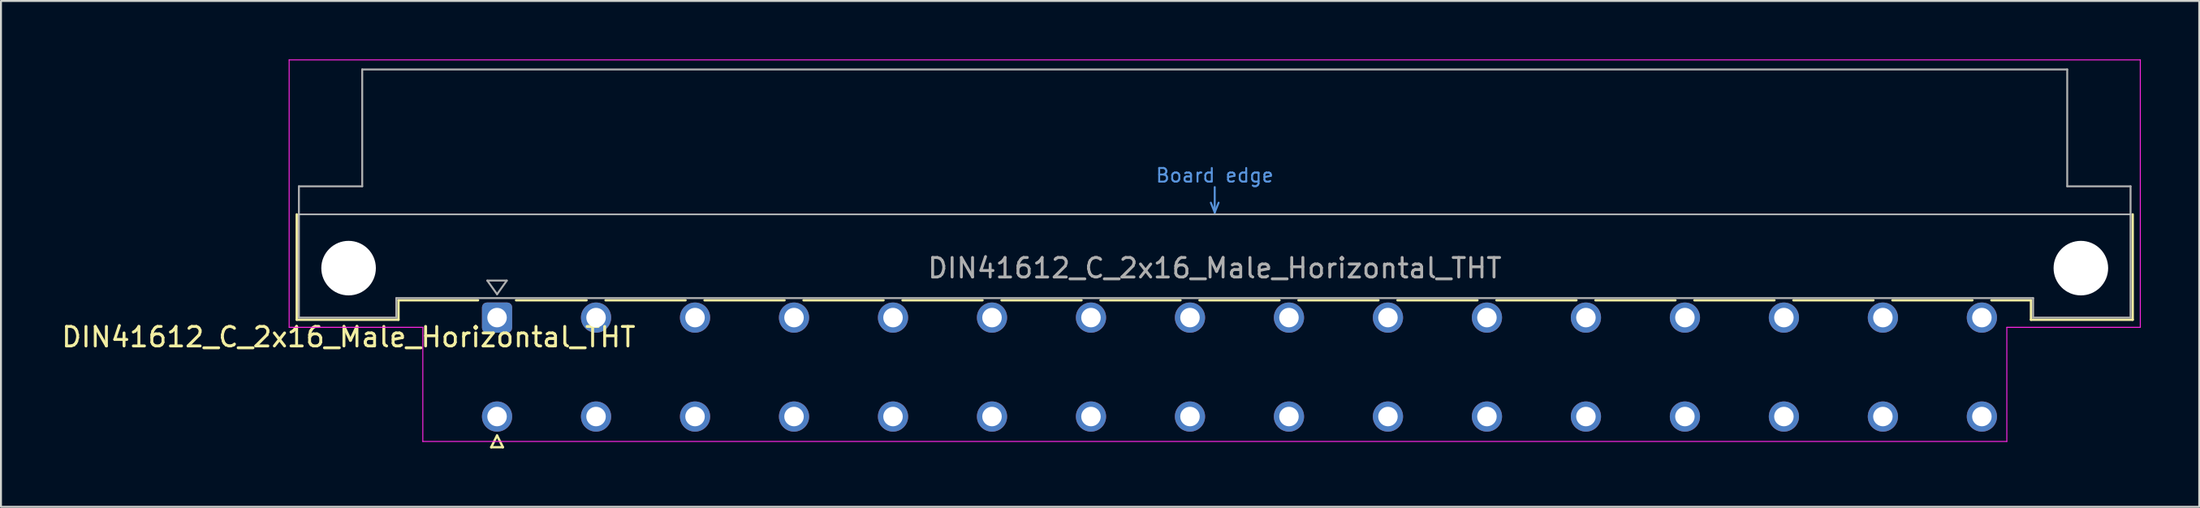
<source format=kicad_pcb>
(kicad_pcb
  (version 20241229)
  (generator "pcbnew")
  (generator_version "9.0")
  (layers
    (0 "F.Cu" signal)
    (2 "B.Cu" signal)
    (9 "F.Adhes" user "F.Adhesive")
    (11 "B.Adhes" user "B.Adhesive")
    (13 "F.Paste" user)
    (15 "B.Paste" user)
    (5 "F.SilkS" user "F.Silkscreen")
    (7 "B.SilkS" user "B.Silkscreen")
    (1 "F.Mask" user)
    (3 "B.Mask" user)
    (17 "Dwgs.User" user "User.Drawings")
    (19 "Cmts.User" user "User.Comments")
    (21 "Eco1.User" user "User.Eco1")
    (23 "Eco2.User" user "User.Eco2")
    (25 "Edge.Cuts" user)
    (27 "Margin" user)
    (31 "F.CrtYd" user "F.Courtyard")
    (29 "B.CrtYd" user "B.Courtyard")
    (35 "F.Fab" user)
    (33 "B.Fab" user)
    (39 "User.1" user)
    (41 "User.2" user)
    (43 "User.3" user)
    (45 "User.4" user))
  (footprint "DIN41612_C_2x16_Male_Horizontal_THT"
    (layer "F.Cu")
    (at 19.919 13.255)
    (property "Reference" "DIN41612_C_2x16_Male_Horizontal_THT" (at -5.08 1 0) (layer "F.SilkS") (effects (font (size 1 1) (thickness 0.15))))
    (attr through_hole)
    (fp_line (start -7.74 -5.3) (end -7.74 0.11) (stroke (width 0.12) (type solid)) (layer "F.SilkS"))
    (fp_line (start -7.74 0.11) (end -2.52 0.11) (stroke (width 0.12) (type solid)) (layer "F.SilkS"))
    (fp_line (start -2.521 -0.89) (end 1.565 -0.89) (stroke (width 0.12) (type solid)) (layer "F.SilkS"))
    (fp_line (start -2.52 0.11) (end -2.52 -0.89) (stroke (width 0.12) (type solid)) (layer "F.SilkS"))
    (fp_line (start 2.24 6.655) (end 2.84 6.655) (stroke (width 0.12) (type solid)) (layer "F.SilkS"))
    (fp_line (start 2.54 6.055) (end 2.24 6.655) (stroke (width 0.12) (type solid)) (layer "F.SilkS"))
    (fp_line (start 2.84 6.655) (end 2.54 6.055) (stroke (width 0.12) (type solid)) (layer "F.SilkS"))
    (fp_line (start 3.515 -0.89) (end 7.133 -0.89) (stroke (width 0.12) (type solid)) (layer "F.SilkS"))
    (fp_line (start 8.108 -0.89) (end 12.213 -0.89) (stroke (width 0.12) (type solid)) (layer "F.SilkS"))
    (fp_line (start 13.188 -0.89) (end 17.293 -0.89) (stroke (width 0.12) (type solid)) (layer "F.SilkS"))
    (fp_line (start 18.268 -0.89) (end 22.373 -0.89) (stroke (width 0.12) (type solid)) (layer "F.SilkS"))
    (fp_line (start 23.348 -0.89) (end 27.453 -0.89) (stroke (width 0.12) (type solid)) (layer "F.SilkS"))
    (fp_line (start 28.428 -0.89) (end 32.533 -0.89) (stroke (width 0.12) (type solid)) (layer "F.SilkS"))
    (fp_line (start 33.508 -0.89) (end 37.613 -0.89) (stroke (width 0.12) (type solid)) (layer "F.SilkS"))
    (fp_line (start 38.588 -0.89) (end 42.693 -0.89) (stroke (width 0.12) (type solid)) (layer "F.SilkS"))
    (fp_line (start 43.668 -0.89) (end 47.773 -0.89) (stroke (width 0.12) (type solid)) (layer "F.SilkS"))
    (fp_line (start 48.748 -0.89) (end 52.853 -0.89) (stroke (width 0.12) (type solid)) (layer "F.SilkS"))
    (fp_line (start 53.828 -0.89) (end 57.933 -0.89) (stroke (width 0.12) (type solid)) (layer "F.SilkS"))
    (fp_line (start 58.908 -0.89) (end 63.013 -0.89) (stroke (width 0.12) (type solid)) (layer "F.SilkS"))
    (fp_line (start 63.988 -0.89) (end 68.093 -0.89) (stroke (width 0.12) (type solid)) (layer "F.SilkS"))
    (fp_line (start 69.068 -0.89) (end 73.173 -0.89) (stroke (width 0.12) (type solid)) (layer "F.SilkS"))
    (fp_line (start 74.148 -0.89) (end 78.253 -0.89) (stroke (width 0.12) (type solid)) (layer "F.SilkS"))
    (fp_line (start 79.228 -0.89) (end 81.26 -0.89) (stroke (width 0.12) (type solid)) (layer "F.SilkS"))
    (fp_line (start 81.26 0.11) (end 81.26 -0.89) (stroke (width 0.12) (type solid)) (layer "F.SilkS"))
    (fp_line (start 86.48 -5.3) (end 86.48 0.11) (stroke (width 0.12) (type solid)) (layer "F.SilkS"))
    (fp_line (start 86.48 0.11) (end 81.26 0.11) (stroke (width 0.12) (type solid)) (layer "F.SilkS"))
    (fp_line (start -7.63 -5.3) (end 86.37 -5.3) (stroke (width 0.08) (type solid)) (layer "Dwgs.User"))
    (fp_line (start 39.17 -5.9) (end 39.37 -5.4) (stroke (width 0.1) (type solid)) (layer "Cmts.User"))
    (fp_line (start 39.37 -5.4) (end 39.37 -6.7) (stroke (width 0.1) (type solid)) (layer "Cmts.User"))
    (fp_line (start 39.37 -5.4) (end 39.57 -5.9) (stroke (width 0.1) (type solid)) (layer "Cmts.User"))
    (fp_line (start -8.13 -13.23) (end -8.13 0.5) (stroke (width 0.05) (type solid)) (layer "F.CrtYd"))
    (fp_line (start -8.13 0.5) (end -1.27 0.5) (stroke (width 0.05) (type solid)) (layer "F.CrtYd"))
    (fp_line (start -1.27 0.5) (end -1.27 6.36) (stroke (width 0.05) (type solid)) (layer "F.CrtYd"))
    (fp_line (start -1.27 6.36) (end 80.02 6.36) (stroke (width 0.05) (type solid)) (layer "F.CrtYd"))
    (fp_line (start 80.02 0.5) (end 86.87 0.5) (stroke (width 0.05) (type solid)) (layer "F.CrtYd"))
    (fp_line (start 80.02 6.36) (end 80.02 0.5) (stroke (width 0.05) (type solid)) (layer "F.CrtYd"))
    (fp_line (start 86.87 -13.23) (end -8.13 -13.23) (stroke (width 0.05) (type solid)) (layer "F.CrtYd"))
    (fp_line (start 86.87 0.5) (end 86.87 -13.23) (stroke (width 0.05) (type solid)) (layer "F.CrtYd"))
    (fp_line (start -7.63 -6.74) (end -7.63 0) (stroke (width 0.1) (type solid)) (layer "F.Fab"))
    (fp_line (start -7.63 0) (end -2.63 0) (stroke (width 0.1) (type solid)) (layer "F.Fab"))
    (fp_line (start -4.38 -12.74) (end -4.38 -6.74) (stroke (width 0.1) (type solid)) (layer "F.Fab"))
    (fp_line (start -4.38 -6.74) (end -7.63 -6.74) (stroke (width 0.1) (type solid)) (layer "F.Fab"))
    (fp_line (start -2.63 -1) (end 81.37 -1) (stroke (width 0.1) (type solid)) (layer "F.Fab"))
    (fp_line (start -2.63 0) (end -2.63 -1) (stroke (width 0.1) (type solid)) (layer "F.Fab"))
    (fp_line (start 2.04 -1.9) (end 3.04 -1.9) (stroke (width 0.1) (type solid)) (layer "F.Fab"))
    (fp_line (start 2.54 -1.2) (end 2.04 -1.9) (stroke (width 0.1) (type solid)) (layer "F.Fab"))
    (fp_line (start 3.04 -1.9) (end 2.54 -1.2) (stroke (width 0.1) (type solid)) (layer "F.Fab"))
    (fp_line (start 81.37 -1) (end 81.37 0) (stroke (width 0.1) (type solid)) (layer "F.Fab"))
    (fp_line (start 81.37 0) (end 86.37 0) (stroke (width 0.1) (type solid)) (layer "F.Fab"))
    (fp_line (start 83.12 -12.74) (end -4.38 -12.74) (stroke (width 0.1) (type solid)) (layer "F.Fab"))
    (fp_line (start 83.12 -6.74) (end 83.12 -12.74) (stroke (width 0.1) (type solid)) (layer "F.Fab"))
    (fp_line (start 86.37 -6.74) (end 83.12 -6.74) (stroke (width 0.1) (type solid)) (layer "F.Fab"))
    (fp_line (start 86.37 0) (end 86.37 -6.74) (stroke (width 0.1) (type solid)) (layer "F.Fab"))
    (fp_text user "Board edge" (at 39.37 -7.3 0) (layer "Cmts.User") (effects (font (size 0.7 0.7) (thickness 0.1))))
    (fp_text user "${REFERENCE}" (at 39.37 -2.54 0) (layer "F.Fab") (effects (font (size 1 1) (thickness 0.15))))
    (pad "" np_thru_hole circle (at -5.08 -2.54) (size 2.8 2.8) (drill 2.8) (layers "*.Cu" "*.Mask"))
    (pad "" np_thru_hole circle (at 83.82 -2.54) (size 2.8 2.8) (drill 2.8) (layers "*.Cu" "*.Mask"))
    (pad "a0" thru_hole roundrect (at 2.54 0) (size 1.55 1.55) (drill 1) (layers "*.Cu" "*.Mask") (roundrect_rratio 0.161))
    (pad "a1" thru_hole circle (at 7.62 0) (size 1.55 1.55) (drill 1) (layers "*.Cu" "*.Mask"))
    (pad "a2" thru_hole circle (at 12.7 0) (size 1.55 1.55) (drill 1) (layers "*.Cu" "*.Mask"))
    (pad "a3" thru_hole circle (at 17.78 0) (size 1.55 1.55) (drill 1) (layers "*.Cu" "*.Mask"))
    (pad "a4" thru_hole circle (at 22.86 0) (size 1.55 1.55) (drill 1) (layers "*.Cu" "*.Mask"))
    (pad "a5" thru_hole circle (at 27.94 0) (size 1.55 1.55) (drill 1) (layers "*.Cu" "*.Mask"))
    (pad "a6" thru_hole circle (at 33.02 0) (size 1.55 1.55) (drill 1) (layers "*.Cu" "*.Mask"))
    (pad "a7" thru_hole circle (at 38.1 0) (size 1.55 1.55) (drill 1) (layers "*.Cu" "*.Mask"))
    (pad "a8" thru_hole circle (at 43.18 0) (size 1.55 1.55) (drill 1) (layers "*.Cu" "*.Mask"))
    (pad "a9" thru_hole circle (at 48.26 0) (size 1.55 1.55) (drill 1) (layers "*.Cu" "*.Mask"))
    (pad "a10" thru_hole circle (at 53.34 0) (size 1.55 1.55) (drill 1) (layers "*.Cu" "*.Mask"))
    (pad "a11" thru_hole circle (at 58.42 0) (size 1.55 1.55) (drill 1) (layers "*.Cu" "*.Mask"))
    (pad "a12" thru_hole circle (at 63.5 0) (size 1.55 1.55) (drill 1) (layers "*.Cu" "*.Mask"))
    (pad "a13" thru_hole circle (at 68.58 0) (size 1.55 1.55) (drill 1) (layers "*.Cu" "*.Mask"))
    (pad "a14" thru_hole circle (at 73.66 0) (size 1.55 1.55) (drill 1) (layers "*.Cu" "*.Mask"))
    (pad "a15" thru_hole circle (at 78.74 0) (size 1.55 1.55) (drill 1) (layers "*.Cu" "*.Mask"))
    (pad "c0" thru_hole circle (at 2.54 5.08) (size 1.55 1.55) (drill 1) (layers "*.Cu" "*.Mask"))
    (pad "c1" thru_hole circle (at 7.62 5.08) (size 1.55 1.55) (drill 1) (layers "*.Cu" "*.Mask"))
    (pad "c2" thru_hole circle (at 12.7 5.08) (size 1.55 1.55) (drill 1) (layers "*.Cu" "*.Mask"))
    (pad "c3" thru_hole circle (at 17.78 5.08) (size 1.55 1.55) (drill 1) (layers "*.Cu" "*.Mask"))
    (pad "c4" thru_hole circle (at 22.86 5.08) (size 1.55 1.55) (drill 1) (layers "*.Cu" "*.Mask"))
    (pad "c5" thru_hole circle (at 27.94 5.08) (size 1.55 1.55) (drill 1) (layers "*.Cu" "*.Mask"))
    (pad "c6" thru_hole circle (at 33.02 5.08) (size 1.55 1.55) (drill 1) (layers "*.Cu" "*.Mask"))
    (pad "c7" thru_hole circle (at 38.1 5.08) (size 1.55 1.55) (drill 1) (layers "*.Cu" "*.Mask"))
    (pad "c8" thru_hole circle (at 43.18 5.08) (size 1.55 1.55) (drill 1) (layers "*.Cu" "*.Mask"))
    (pad "c9" thru_hole circle (at 48.26 5.08) (size 1.55 1.55) (drill 1) (layers "*.Cu" "*.Mask"))
    (pad "c10" thru_hole circle (at 53.34 5.08) (size 1.55 1.55) (drill 1) (layers "*.Cu" "*.Mask"))
    (pad "c11" thru_hole circle (at 58.42 5.08) (size 1.55 1.55) (drill 1) (layers "*.Cu" "*.Mask"))
    (pad "c12" thru_hole circle (at 63.5 5.08) (size 1.55 1.55) (drill 1) (layers "*.Cu" "*.Mask"))
    (pad "c13" thru_hole circle (at 68.58 5.08) (size 1.55 1.55) (drill 1) (layers "*.Cu" "*.Mask"))
    (pad "c14" thru_hole circle (at 73.66 5.08) (size 1.55 1.55) (drill 1) (layers "*.Cu" "*.Mask"))
    (pad "c15" thru_hole circle (at 78.74 5.08) (size 1.55 1.55) (drill 1) (layers "*.Cu" "*.Mask")))
  (gr_rect
    (start -3 -3)
    (end 109.814 22.97)
    (stroke (width 0.1) (type default))
    (fill no)
    (layer "Edge.Cuts")))
</source>
